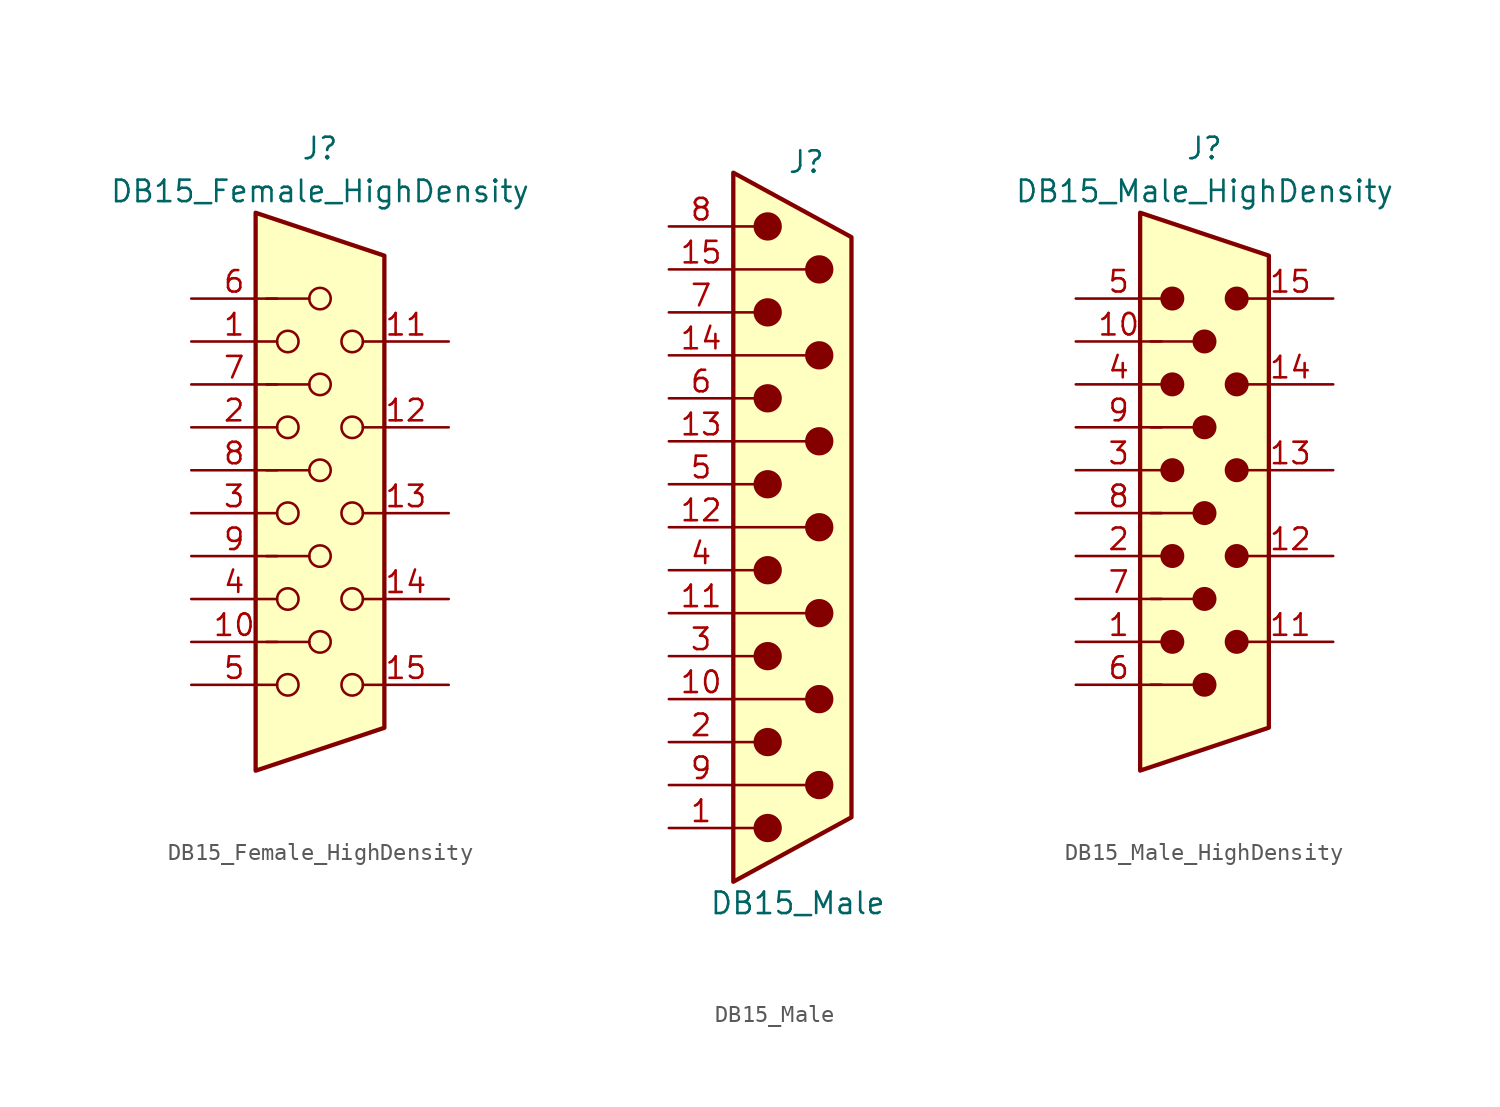
<source format=kicad_sym>
(kicad_symbol_lib
  (version 20220914)
  (generator kicad_symbol_editor)
  (symbol "DB15_Female_HighDensity"
    (pin_names
      (offset 1.016) hide)
    (property "Reference" "J"
      (at 0 21.59 0)
      (effects (font (size 1.27 1.27))))
    (property "Value" "DB15_Female_HighDensity"
      (at 0 19.05 0)
      (effects (font (size 1.27 1.27))))
    (symbol "DB15_Female_HighDensity_0_1"
      (circle (center -1.905 -10.16) (radius 0.635) (stroke (width 0) (type default)) (fill (type none)))
      (circle (center -1.905 -5.08) (radius 0.635) (stroke (width 0) (type default)) (fill (type none)))
      (circle (center -1.905 0) (radius 0.635) (stroke (width 0) (type default)) (fill (type none)))
      (circle (center -1.905 5.08) (radius 0.635) (stroke (width 0) (type default)) (fill (type none)))
      (circle (center -1.905 10.16) (radius 0.635) (stroke (width 0) (type default)) (fill (type none)))
      (circle (center 0 -7.62) (radius 0.635) (stroke (width 0) (type default)) (fill (type none)))
      (circle (center 0 -2.54) (radius 0.635) (stroke (width 0) (type default)) (fill (type none)))
      (polyline (pts (xy -3.175 7.62) (xy -0.635 7.62)) (stroke (width 0) (type default)) (fill (type none)))
      (polyline (pts (xy -0.635 -7.62) (xy -3.175 -7.62)) (stroke (width 0) (type default)) (fill (type none)))
      (polyline (pts (xy -0.635 -2.54) (xy -3.175 -2.54)) (stroke (width 0) (type default)) (fill (type none)))
      (polyline (pts (xy -0.635 2.54) (xy -3.175 2.54)) (stroke (width 0) (type default)) (fill (type none)))
      (polyline (pts (xy -0.635 12.7) (xy -3.175 12.7)) (stroke (width 0) (type default)) (fill (type none)))
      (polyline (pts (xy -3.81 17.78) (xy -3.81 -15.24) (xy 3.81 -12.7) (xy 3.81 15.24) (xy -3.81 17.78)) (stroke (width 0.254) (type default)) (fill (type background)))
      (circle (center 0 2.54) (radius 0.635) (stroke (width 0) (type default)) (fill (type none)))
      (circle (center 0 7.62) (radius 0.635) (stroke (width 0) (type default)) (fill (type none)))
      (circle (center 0 12.7) (radius 0.635) (stroke (width 0) (type default)) (fill (type none)))
      (circle (center 1.905 -10.16) (radius 0.635) (stroke (width 0) (type default)) (fill (type none)))
      (circle (center 1.905 -5.08) (radius 0.635) (stroke (width 0) (type default)) (fill (type none)))
      (circle (center 1.905 0) (radius 0.635) (stroke (width 0) (type default)) (fill (type none)))
      (circle (center 1.905 5.08) (radius 0.635) (stroke (width 0) (type default)) (fill (type none)))
      (circle (center 1.905 10.16) (radius 0.635) (stroke (width 0) (type default)) (fill (type none))))
    (symbol "DB15_Female_HighDensity_1_1"
      (pin passive line (at -7.62 10.16 0) (length 5.08) (name "~" (effects (font (size 1.27 1.27)))) (number "1" (effects (font (size 1.27 1.27)))))
      (pin passive line (at -7.62 -7.62 0) (length 5.08) (name "~" (effects (font (size 1.27 1.27)))) (number "10" (effects (font (size 1.27 1.27)))))
      (pin passive line (at 7.62 10.16 180) (length 5.08) (name "~" (effects (font (size 1.27 1.27)))) (number "11" (effects (font (size 1.27 1.27)))))
      (pin passive line (at 7.62 5.08 180) (length 5.08) (name "~" (effects (font (size 1.27 1.27)))) (number "12" (effects (font (size 1.27 1.27)))))
      (pin passive line (at 7.62 0 180) (length 5.08) (name "~" (effects (font (size 1.27 1.27)))) (number "13" (effects (font (size 1.27 1.27)))))
      (pin passive line (at 7.62 -5.08 180) (length 5.08) (name "~" (effects (font (size 1.27 1.27)))) (number "14" (effects (font (size 1.27 1.27)))))
      (pin passive line (at 7.62 -10.16 180) (length 5.08) (name "~" (effects (font (size 1.27 1.27)))) (number "15" (effects (font (size 1.27 1.27)))))
      (pin passive line (at -7.62 5.08 0) (length 5.08) (name "~" (effects (font (size 1.27 1.27)))) (number "2" (effects (font (size 1.27 1.27)))))
      (pin passive line (at -7.62 0 0) (length 5.08) (name "~" (effects (font (size 1.27 1.27)))) (number "3" (effects (font (size 1.27 1.27)))))
      (pin passive line (at -7.62 -5.08 0) (length 5.08) (name "~" (effects (font (size 1.27 1.27)))) (number "4" (effects (font (size 1.27 1.27)))))
      (pin passive line (at -7.62 -10.16 0) (length 5.08) (name "~" (effects (font (size 1.27 1.27)))) (number "5" (effects (font (size 1.27 1.27)))))
      (pin passive line (at -7.62 12.7 0) (length 5.08) (name "~" (effects (font (size 1.27 1.27)))) (number "6" (effects (font (size 1.27 1.27)))))
      (pin passive line (at -7.62 7.62 0) (length 5.08) (name "~" (effects (font (size 1.27 1.27)))) (number "7" (effects (font (size 1.27 1.27)))))
      (pin passive line (at -7.62 2.54 0) (length 5.08) (name "~" (effects (font (size 1.27 1.27)))) (number "8" (effects (font (size 1.27 1.27)))))
      (pin passive line (at -7.62 -2.54 0) (length 5.08) (name "~" (effects (font (size 1.27 1.27)))) (number "9" (effects (font (size 1.27 1.27)))))))
  (symbol "DB15_Male"
    (pin_names
      (offset 1.016) hide)
    (property "Reference" "J"
      (at 0.508 21.59 0)
      (effects (font (size 1.27 1.27))))
    (property "Value" "DB15_Male"
      (at 0 -22.225 0)
      (effects (font (size 1.27 1.27))))
    (symbol "DB15_Male_0_1"
      (circle (center -1.778 -17.78) (radius 0.762) (stroke (width 0) (type default)) (fill (type outline)))
      (circle (center -1.778 -12.7) (radius 0.762) (stroke (width 0) (type default)) (fill (type outline)))
      (circle (center -1.778 -7.62) (radius 0.762) (stroke (width 0) (type default)) (fill (type outline)))
      (circle (center -1.778 -2.54) (radius 0.762) (stroke (width 0) (type default)) (fill (type outline)))
      (circle (center -1.778 2.54) (radius 0.762) (stroke (width 0) (type default)) (fill (type outline)))
      (circle (center -1.778 7.62) (radius 0.762) (stroke (width 0) (type default)) (fill (type outline)))
      (circle (center -1.778 12.7) (radius 0.762) (stroke (width 0) (type default)) (fill (type outline)))
      (circle (center -1.778 17.78) (radius 0.762) (stroke (width 0) (type default)) (fill (type outline)))
      (polyline (pts (xy -3.81 -17.78) (xy -2.54 -17.78)) (stroke (width 0) (type default)) (fill (type none)))
      (polyline (pts (xy -3.81 -15.24) (xy 0.508 -15.24)) (stroke (width 0) (type default)) (fill (type none)))
      (polyline (pts (xy -3.81 -12.7) (xy -2.54 -12.7)) (stroke (width 0) (type default)) (fill (type none)))
      (polyline (pts (xy -3.81 -10.16) (xy 0.508 -10.16)) (stroke (width 0) (type default)) (fill (type none)))
      (polyline (pts (xy -3.81 -7.62) (xy -2.54 -7.62)) (stroke (width 0) (type default)) (fill (type none)))
      (polyline (pts (xy -3.81 -5.08) (xy 0.508 -5.08)) (stroke (width 0) (type default)) (fill (type none)))
      (polyline (pts (xy -3.81 -2.54) (xy -2.54 -2.54)) (stroke (width 0) (type default)) (fill (type none)))
      (polyline (pts (xy -3.81 0) (xy 0.508 0)) (stroke (width 0) (type default)) (fill (type none)))
      (polyline (pts (xy -3.81 2.54) (xy -2.54 2.54)) (stroke (width 0) (type default)) (fill (type none)))
      (polyline (pts (xy -3.81 5.08) (xy 0.508 5.08)) (stroke (width 0) (type default)) (fill (type none)))
      (polyline (pts (xy -3.81 7.62) (xy -2.54 7.62)) (stroke (width 0) (type default)) (fill (type none)))
      (polyline (pts (xy -3.81 10.16) (xy 0.508 10.16)) (stroke (width 0) (type default)) (fill (type none)))
      (polyline (pts (xy -3.81 12.7) (xy -2.54 12.7)) (stroke (width 0) (type default)) (fill (type none)))
      (polyline (pts (xy -3.81 15.24) (xy 0.508 15.24)) (stroke (width 0) (type default)) (fill (type none)))
      (polyline (pts (xy -3.81 17.78) (xy -2.54 17.78)) (stroke (width 0) (type default)) (fill (type none)))
      (polyline (pts (xy -3.81 -20.955) (xy 3.175 -17.145) (xy 3.175 17.145) (xy -3.81 20.955) (xy -3.81 -20.955)) (stroke (width 0.254) (type default)) (fill (type background)))
      (circle (center 1.27 -15.24) (radius 0.762) (stroke (width 0) (type default)) (fill (type outline)))
      (circle (center 1.27 -10.16) (radius 0.762) (stroke (width 0) (type default)) (fill (type outline)))
      (circle (center 1.27 -5.08) (radius 0.762) (stroke (width 0) (type default)) (fill (type outline)))
      (circle (center 1.27 0) (radius 0.762) (stroke (width 0) (type default)) (fill (type outline)))
      (circle (center 1.27 5.08) (radius 0.762) (stroke (width 0) (type default)) (fill (type outline)))
      (circle (center 1.27 10.16) (radius 0.762) (stroke (width 0) (type default)) (fill (type outline)))
      (circle (center 1.27 15.24) (radius 0.762) (stroke (width 0) (type default)) (fill (type outline))))
    (symbol "DB15_Male_1_1"
      (pin passive line (at -7.62 -17.78 0) (length 3.81) (name "1" (effects (font (size 1.27 1.27)))) (number "1" (effects (font (size 1.27 1.27)))))
      (pin passive line (at -7.62 -10.16 0) (length 3.81) (name "P10" (effects (font (size 1.27 1.27)))) (number "10" (effects (font (size 1.27 1.27)))))
      (pin passive line (at -7.62 -5.08 0) (length 3.81) (name "P111" (effects (font (size 1.27 1.27)))) (number "11" (effects (font (size 1.27 1.27)))))
      (pin passive line (at -7.62 0 0) (length 3.81) (name "P12" (effects (font (size 1.27 1.27)))) (number "12" (effects (font (size 1.27 1.27)))))
      (pin passive line (at -7.62 5.08 0) (length 3.81) (name "P13" (effects (font (size 1.27 1.27)))) (number "13" (effects (font (size 1.27 1.27)))))
      (pin passive line (at -7.62 10.16 0) (length 3.81) (name "P14" (effects (font (size 1.27 1.27)))) (number "14" (effects (font (size 1.27 1.27)))))
      (pin passive line (at -7.62 15.24 0) (length 3.81) (name "P15" (effects (font (size 1.27 1.27)))) (number "15" (effects (font (size 1.27 1.27)))))
      (pin passive line (at -7.62 -12.7 0) (length 3.81) (name "2" (effects (font (size 1.27 1.27)))) (number "2" (effects (font (size 1.27 1.27)))))
      (pin passive line (at -7.62 -7.62 0) (length 3.81) (name "3" (effects (font (size 1.27 1.27)))) (number "3" (effects (font (size 1.27 1.27)))))
      (pin passive line (at -7.62 -2.54 0) (length 3.81) (name "4" (effects (font (size 1.27 1.27)))) (number "4" (effects (font (size 1.27 1.27)))))
      (pin passive line (at -7.62 2.54 0) (length 3.81) (name "5" (effects (font (size 1.27 1.27)))) (number "5" (effects (font (size 1.27 1.27)))))
      (pin passive line (at -7.62 7.62 0) (length 3.81) (name "6" (effects (font (size 1.27 1.27)))) (number "6" (effects (font (size 1.27 1.27)))))
      (pin passive line (at -7.62 12.7 0) (length 3.81) (name "7" (effects (font (size 1.27 1.27)))) (number "7" (effects (font (size 1.27 1.27)))))
      (pin passive line (at -7.62 17.78 0) (length 3.81) (name "8" (effects (font (size 1.27 1.27)))) (number "8" (effects (font (size 1.27 1.27)))))
      (pin passive line (at -7.62 -15.24 0) (length 3.81) (name "P9" (effects (font (size 1.27 1.27)))) (number "9" (effects (font (size 1.27 1.27)))))))
  (symbol "DB15_Male_HighDensity"
    (pin_names
      (offset 1.016) hide)
    (property "Reference" "J"
      (at 0 21.59 0)
      (effects (font (size 1.27 1.27))))
    (property "Value" "DB15_Male_HighDensity"
      (at 0 19.05 0)
      (effects (font (size 1.27 1.27))))
    (symbol "DB15_Male_HighDensity_0_1"
      (circle (center -1.905 -7.62) (radius 0.635) (stroke (width 0) (type default)) (fill (type outline)))
      (circle (center -1.905 -2.54) (radius 0.635) (stroke (width 0) (type default)) (fill (type outline)))
      (circle (center -1.905 2.54) (radius 0.635) (stroke (width 0) (type default)) (fill (type outline)))
      (circle (center -1.905 7.62) (radius 0.635) (stroke (width 0) (type default)) (fill (type outline)))
      (circle (center -1.905 12.7) (radius 0.635) (stroke (width 0) (type default)) (fill (type outline)))
      (circle (center 0 -10.16) (radius 0.635) (stroke (width 0) (type default)) (fill (type outline)))
      (circle (center 0 -5.08) (radius 0.635) (stroke (width 0) (type default)) (fill (type outline)))
      (polyline (pts (xy -3.175 -5.08) (xy -0.635 -5.08)) (stroke (width 0) (type default)) (fill (type none)))
      (polyline (pts (xy -0.635 -10.16) (xy -3.175 -10.16)) (stroke (width 0) (type default)) (fill (type none)))
      (polyline (pts (xy -0.635 0) (xy -3.175 0)) (stroke (width 0) (type default)) (fill (type none)))
      (polyline (pts (xy -0.635 5.08) (xy -3.175 5.08)) (stroke (width 0) (type default)) (fill (type none)))
      (polyline (pts (xy -0.635 10.16) (xy -3.175 10.16)) (stroke (width 0) (type default)) (fill (type none)))
      (polyline (pts (xy -3.81 17.78) (xy -3.81 -15.24) (xy 3.81 -12.7) (xy 3.81 15.24) (xy -3.81 17.78)) (stroke (width 0.254) (type default)) (fill (type background)))
      (circle (center 0 0) (radius 0.635) (stroke (width 0) (type default)) (fill (type outline)))
      (circle (center 0 5.08) (radius 0.635) (stroke (width 0) (type default)) (fill (type outline)))
      (circle (center 0 10.16) (radius 0.635) (stroke (width 0) (type default)) (fill (type outline)))
      (circle (center 1.905 -7.62) (radius 0.635) (stroke (width 0) (type default)) (fill (type outline)))
      (circle (center 1.905 -2.54) (radius 0.635) (stroke (width 0) (type default)) (fill (type outline)))
      (circle (center 1.905 2.54) (radius 0.635) (stroke (width 0) (type default)) (fill (type outline)))
      (circle (center 1.905 7.62) (radius 0.635) (stroke (width 0) (type default)) (fill (type outline)))
      (circle (center 1.905 12.7) (radius 0.635) (stroke (width 0) (type default)) (fill (type outline))))
    (symbol "DB15_Male_HighDensity_1_1"
      (pin passive line (at -7.62 -7.62 0) (length 5.08) (name "~" (effects (font (size 1.27 1.27)))) (number "1" (effects (font (size 1.27 1.27)))))
      (pin passive line (at -7.62 10.16 0) (length 5.08) (name "~" (effects (font (size 1.27 1.27)))) (number "10" (effects (font (size 1.27 1.27)))))
      (pin passive line (at 7.62 -7.62 180) (length 5.08) (name "~" (effects (font (size 1.27 1.27)))) (number "11" (effects (font (size 1.27 1.27)))))
      (pin passive line (at 7.62 -2.54 180) (length 5.08) (name "~" (effects (font (size 1.27 1.27)))) (number "12" (effects (font (size 1.27 1.27)))))
      (pin passive line (at 7.62 2.54 180) (length 5.08) (name "~" (effects (font (size 1.27 1.27)))) (number "13" (effects (font (size 1.27 1.27)))))
      (pin passive line (at 7.62 7.62 180) (length 5.08) (name "~" (effects (font (size 1.27 1.27)))) (number "14" (effects (font (size 1.27 1.27)))))
      (pin passive line (at 7.62 12.7 180) (length 5.08) (name "~" (effects (font (size 1.27 1.27)))) (number "15" (effects (font (size 1.27 1.27)))))
      (pin passive line (at -7.62 -2.54 0) (length 5.08) (name "~" (effects (font (size 1.27 1.27)))) (number "2" (effects (font (size 1.27 1.27)))))
      (pin passive line (at -7.62 2.54 0) (length 5.08) (name "~" (effects (font (size 1.27 1.27)))) (number "3" (effects (font (size 1.27 1.27)))))
      (pin passive line (at -7.62 7.62 0) (length 5.08) (name "~" (effects (font (size 1.27 1.27)))) (number "4" (effects (font (size 1.27 1.27)))))
      (pin passive line (at -7.62 12.7 0) (length 5.08) (name "~" (effects (font (size 1.27 1.27)))) (number "5" (effects (font (size 1.27 1.27)))))
      (pin passive line (at -7.62 -10.16 0) (length 5.08) (name "~" (effects (font (size 1.27 1.27)))) (number "6" (effects (font (size 1.27 1.27)))))
      (pin passive line (at -7.62 -5.08 0) (length 5.08) (name "~" (effects (font (size 1.27 1.27)))) (number "7" (effects (font (size 1.27 1.27)))))
      (pin passive line (at -7.62 0 0) (length 5.08) (name "~" (effects (font (size 1.27 1.27)))) (number "8" (effects (font (size 1.27 1.27)))))
      (pin passive line (at -7.62 5.08 0) (length 5.08) (name "~" (effects (font (size 1.27 1.27)))) (number "9" (effects (font (size 1.27 1.27))))))))
</source>
